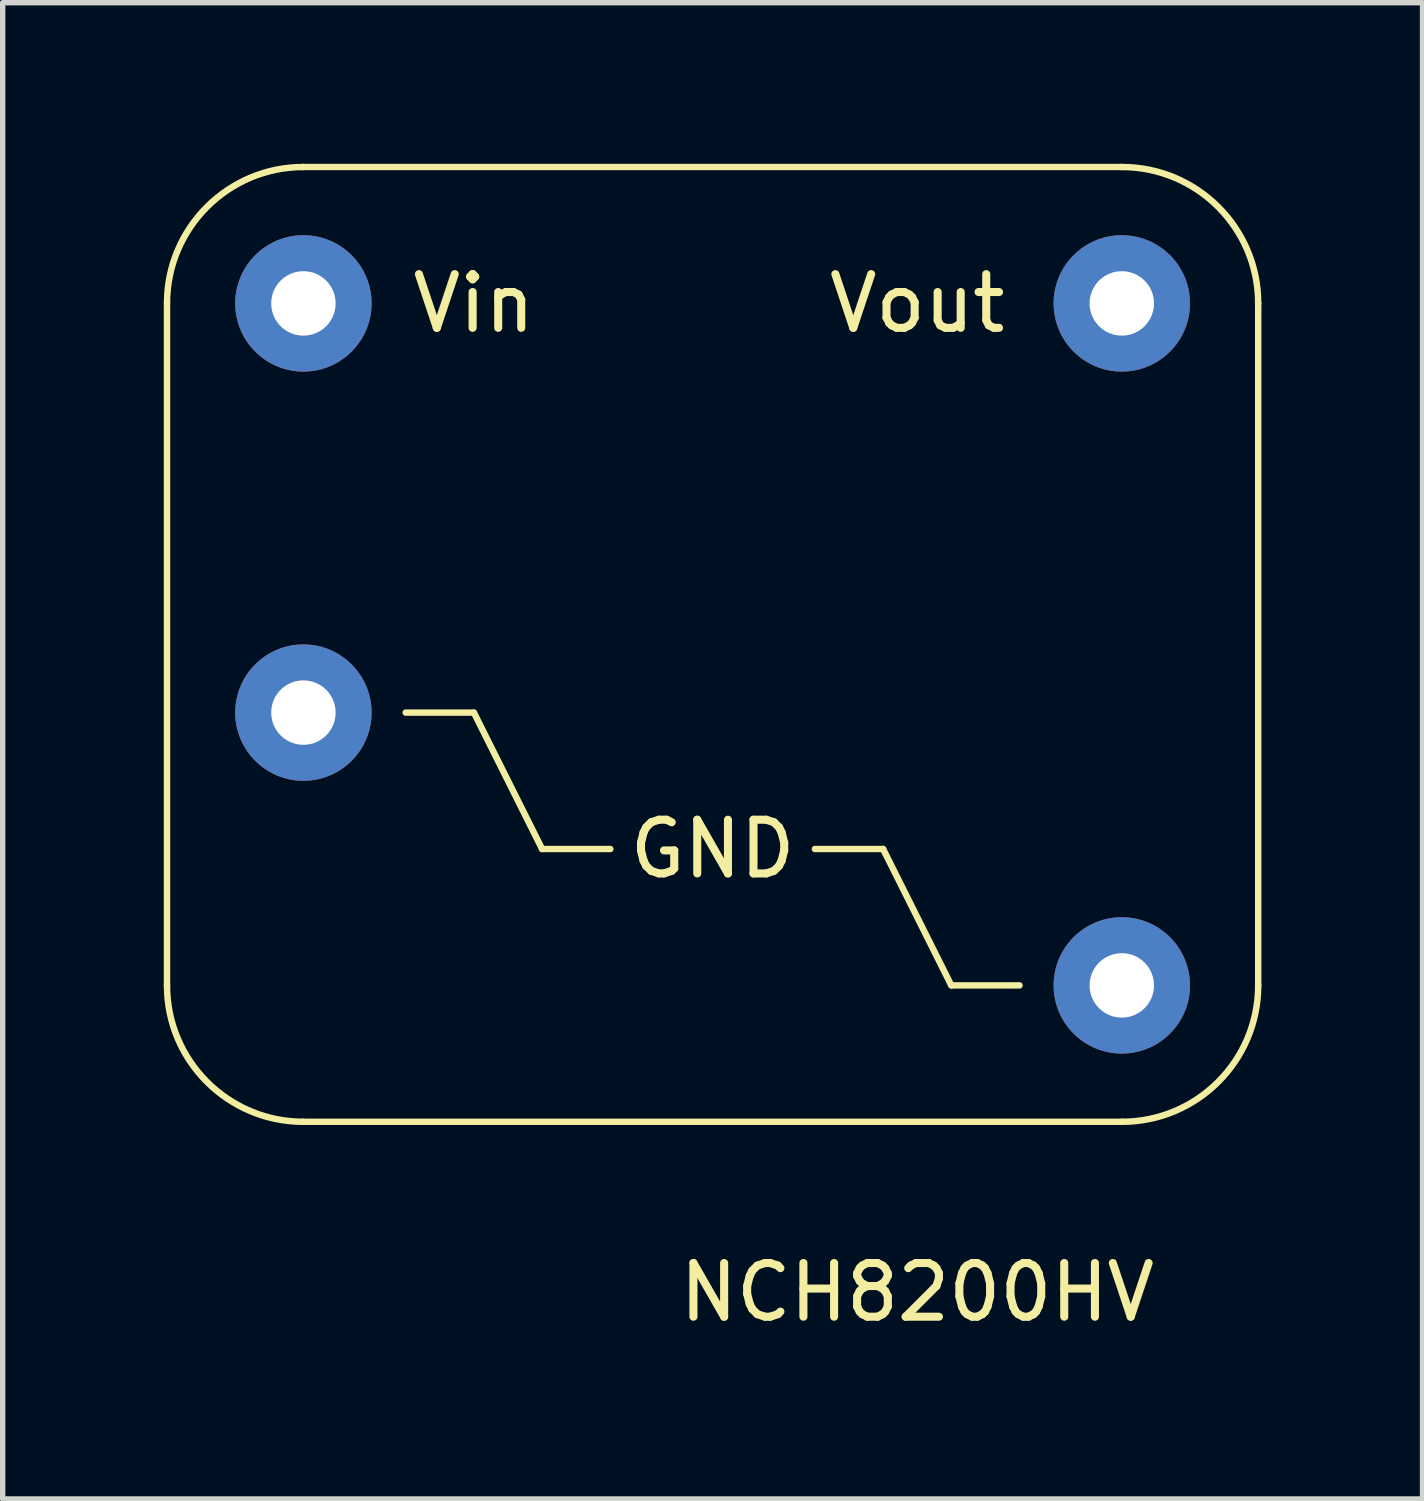
<source format=kicad_pcb>
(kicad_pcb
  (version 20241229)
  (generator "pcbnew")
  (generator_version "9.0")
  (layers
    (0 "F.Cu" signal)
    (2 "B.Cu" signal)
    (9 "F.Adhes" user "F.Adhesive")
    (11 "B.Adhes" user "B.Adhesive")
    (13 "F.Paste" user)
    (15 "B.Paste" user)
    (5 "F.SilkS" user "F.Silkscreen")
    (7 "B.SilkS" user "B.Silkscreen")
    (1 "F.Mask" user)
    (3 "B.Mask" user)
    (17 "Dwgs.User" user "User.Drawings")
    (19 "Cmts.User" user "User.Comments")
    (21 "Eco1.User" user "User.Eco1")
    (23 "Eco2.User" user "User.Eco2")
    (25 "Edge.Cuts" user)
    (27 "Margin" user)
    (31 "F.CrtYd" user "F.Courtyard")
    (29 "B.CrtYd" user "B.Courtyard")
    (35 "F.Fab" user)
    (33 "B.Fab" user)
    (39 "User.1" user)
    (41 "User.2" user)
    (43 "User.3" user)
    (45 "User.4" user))
  (footprint "NCH8200HV"
    (layer "F.Cu")
    (at 9.585 9.585)
    (property "Reference" "NCH8200HV" (at 4.445 11.43 0) (layer "F.SilkS") (effects (font (size 1 1) (thickness 0.15))))
    (attr through_hole)
    (fp_line (start -9.525 -6.985) (end -9.525 5.715) (stroke (width 0.12) (type solid)) (layer "F.SilkS"))
    (fp_line (start -6.985 -9.525) (end 8.255 -9.525) (stroke (width 0.12) (type solid)) (layer "F.SilkS"))
    (fp_line (start -6.985 8.255) (end 8.255 8.255) (stroke (width 0.12) (type solid)) (layer "F.SilkS"))
    (fp_line (start -5.08 0.635) (end -3.81 0.635) (stroke (width 0.12) (type solid)) (layer "F.SilkS"))
    (fp_line (start -3.81 0.635) (end -2.54 3.175) (stroke (width 0.12) (type solid)) (layer "F.SilkS"))
    (fp_line (start -1.27 3.175) (end -2.54 3.175) (stroke (width 0.12) (type solid)) (layer "F.SilkS"))
    (fp_line (start 2.54 3.175) (end 3.81 3.175) (stroke (width 0.12) (type solid)) (layer "F.SilkS"))
    (fp_line (start 5.08 5.715) (end 3.81 3.175) (stroke (width 0.12) (type solid)) (layer "F.SilkS"))
    (fp_line (start 6.35 5.715) (end 5.08 5.715) (stroke (width 0.12) (type solid)) (layer "F.SilkS"))
    (fp_line (start 10.795 5.715) (end 10.795 -6.985) (stroke (width 0.12) (type solid)) (layer "F.SilkS"))
    (fp_arc (start -9.525 -6.985) (mid -8.781051 -8.781051) (end -6.985 -9.525) (stroke (width 0.12) (type solid)) (layer "F.SilkS"))
    (fp_arc (start -6.985 8.255) (mid -8.781051 7.511051) (end -9.525 5.715) (stroke (width 0.12) (type solid)) (layer "F.SilkS"))
    (fp_arc (start 8.255 -9.525) (mid 10.051051 -8.781051) (end 10.795 -6.985) (stroke (width 0.12) (type solid)) (layer "F.SilkS"))
    (fp_arc (start 10.795 5.715) (mid 10.051051 7.511051) (end 8.255 8.255) (stroke (width 0.12) (type solid)) (layer "F.SilkS"))
    (fp_text user "Vout" (at 4.445 -6.985 0) (layer "F.SilkS") (effects (font (size 1 1) (thickness 0.15))))
    (fp_text user "GND" (at 0.635 3.175 0) (layer "F.SilkS") (effects (font (size 1 1) (thickness 0.15))))
    (fp_text user "Vin" (at -3.81 -6.985 0) (layer "F.SilkS") (effects (font (size 1 1) (thickness 0.15))))
    (pad "1" thru_hole circle (at -6.985 -6.985) (size 2.54 2.54) (drill 1.2) (layers "*.Cu" "*.Mask"))
    (pad "2" thru_hole circle (at -6.985 0.635) (size 2.54 2.54) (drill 1.2) (layers "*.Cu" "*.Mask"))
    (pad "3" thru_hole circle (at 8.255 -6.985) (size 2.54 2.54) (drill 1.2) (layers "*.Cu" "*.Mask"))
    (pad "4" thru_hole circle (at 8.255 5.715) (size 2.54 2.54) (drill 1.2) (layers "*.Cu" "*.Mask")))
  (gr_rect
    (start -3 -3)
    (end 23.44 24.863)
    (stroke (width 0.1) (type default))
    (fill no)
    (layer "Edge.Cuts")))
</source>
